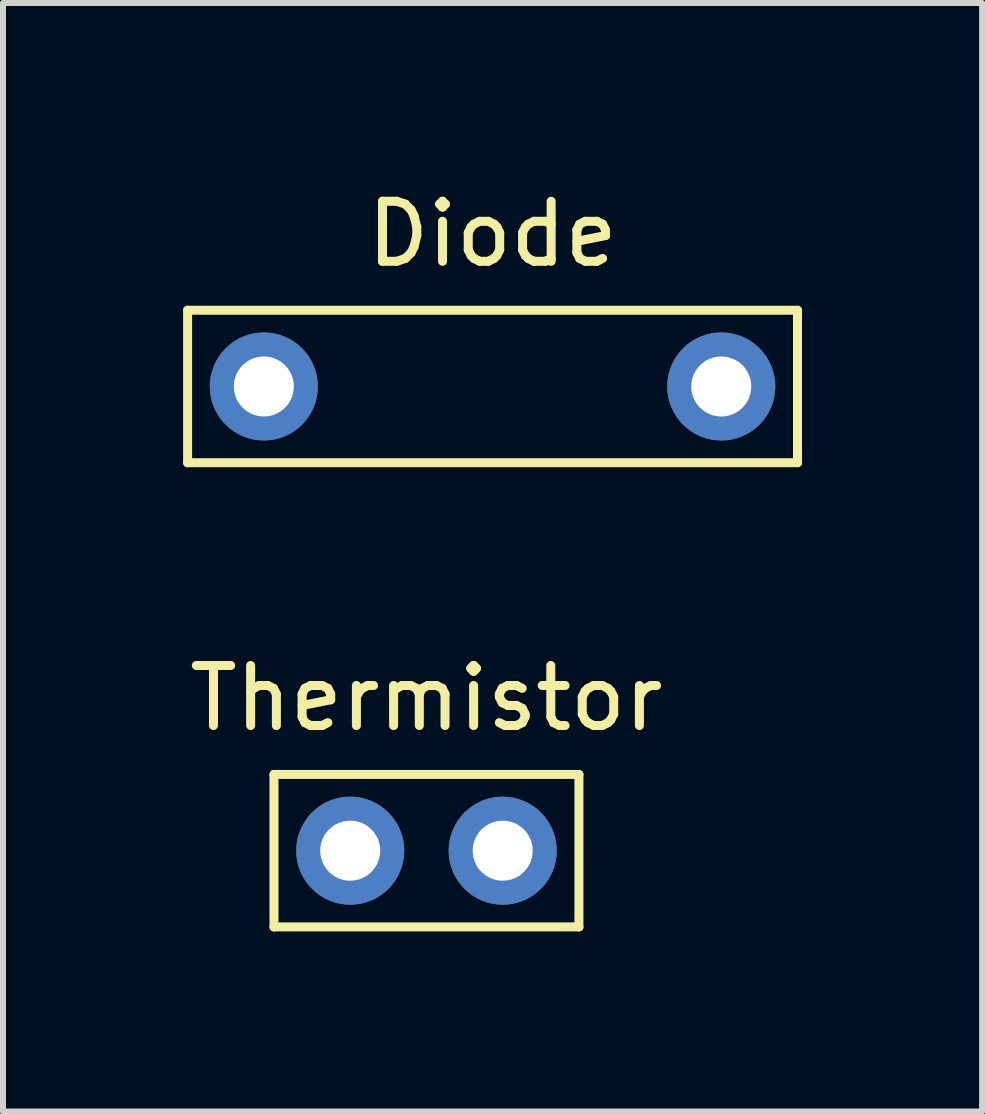
<source format=kicad_pcb>
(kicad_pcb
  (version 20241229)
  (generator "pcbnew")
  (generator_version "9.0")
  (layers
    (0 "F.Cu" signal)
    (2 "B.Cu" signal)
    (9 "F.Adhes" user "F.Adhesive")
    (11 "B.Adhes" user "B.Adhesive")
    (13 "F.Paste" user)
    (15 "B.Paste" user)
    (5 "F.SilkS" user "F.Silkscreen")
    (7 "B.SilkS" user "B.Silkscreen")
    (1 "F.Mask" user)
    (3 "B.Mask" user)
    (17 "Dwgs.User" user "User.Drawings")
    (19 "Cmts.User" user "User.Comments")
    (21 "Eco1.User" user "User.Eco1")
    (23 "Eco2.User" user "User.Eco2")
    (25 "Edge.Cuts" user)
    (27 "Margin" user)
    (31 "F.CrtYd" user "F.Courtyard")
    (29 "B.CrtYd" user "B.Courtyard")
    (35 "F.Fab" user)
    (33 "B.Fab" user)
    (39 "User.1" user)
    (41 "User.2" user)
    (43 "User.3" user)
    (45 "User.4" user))
  (footprint "Diode"
    (layer "F.Cu")
    (at 5.155 3.388)
    (property "Reference" "Diode" (at 0 -2.54 0) (layer "F.SilkS") (effects (font (size 1 1) (thickness 0.15))))
    (attr through_hole)
    (fp_line (start -5.08 -1.27) (end -5.08 1.27) (stroke (width 0.15) (type solid)) (layer "F.SilkS"))
    (fp_line (start -5.08 1.27) (end 5.08 1.27) (stroke (width 0.15) (type solid)) (layer "F.SilkS"))
    (fp_line (start 5.08 -1.27) (end -5.08 -1.27) (stroke (width 0.15) (type solid)) (layer "F.SilkS"))
    (fp_line (start 5.08 1.27) (end 5.08 -1.27) (stroke (width 0.15) (type solid)) (layer "F.SilkS"))
    (pad "1" thru_hole circle (at 3.81 0) (size 1.8 1.8) (drill 1) (layers "*.Cu" "*.Mask"))
    (pad "2" thru_hole circle (at -3.81 0) (size 1.8 1.8) (drill 1) (layers "*.Cu" "*.Mask")))
  (footprint "Thermistor"
    (layer "F.Cu")
    (at 4.054 11.121)
    (property "Reference" "Thermistor" (at 0 -2.54 0) (layer "F.SilkS") (effects (font (size 1 1) (thickness 0.15))))
    (attr through_hole)
    (fp_line (start -2.54 -1.27) (end 2.54 -1.27) (stroke (width 0.15) (type solid)) (layer "F.SilkS"))
    (fp_line (start -2.54 1.27) (end -2.54 -1.27) (stroke (width 0.15) (type solid)) (layer "F.SilkS"))
    (fp_line (start 2.54 -1.27) (end 2.54 1.27) (stroke (width 0.15) (type solid)) (layer "F.SilkS"))
    (fp_line (start 2.54 1.27) (end -2.54 1.27) (stroke (width 0.15) (type solid)) (layer "F.SilkS"))
    (pad "1" thru_hole circle (at 1.27 0) (size 1.8 1.8) (drill 1) (layers "*.Cu" "*.Mask"))
    (pad "2" thru_hole circle (at -1.27 0) (size 1.8 1.8) (drill 1) (layers "*.Cu" "*.Mask")))
  (gr_rect
    (start -3 -3)
    (end 13.31 15.466)
    (stroke (width 0.1) (type default))
    (fill no)
    (layer "Edge.Cuts")))
</source>
